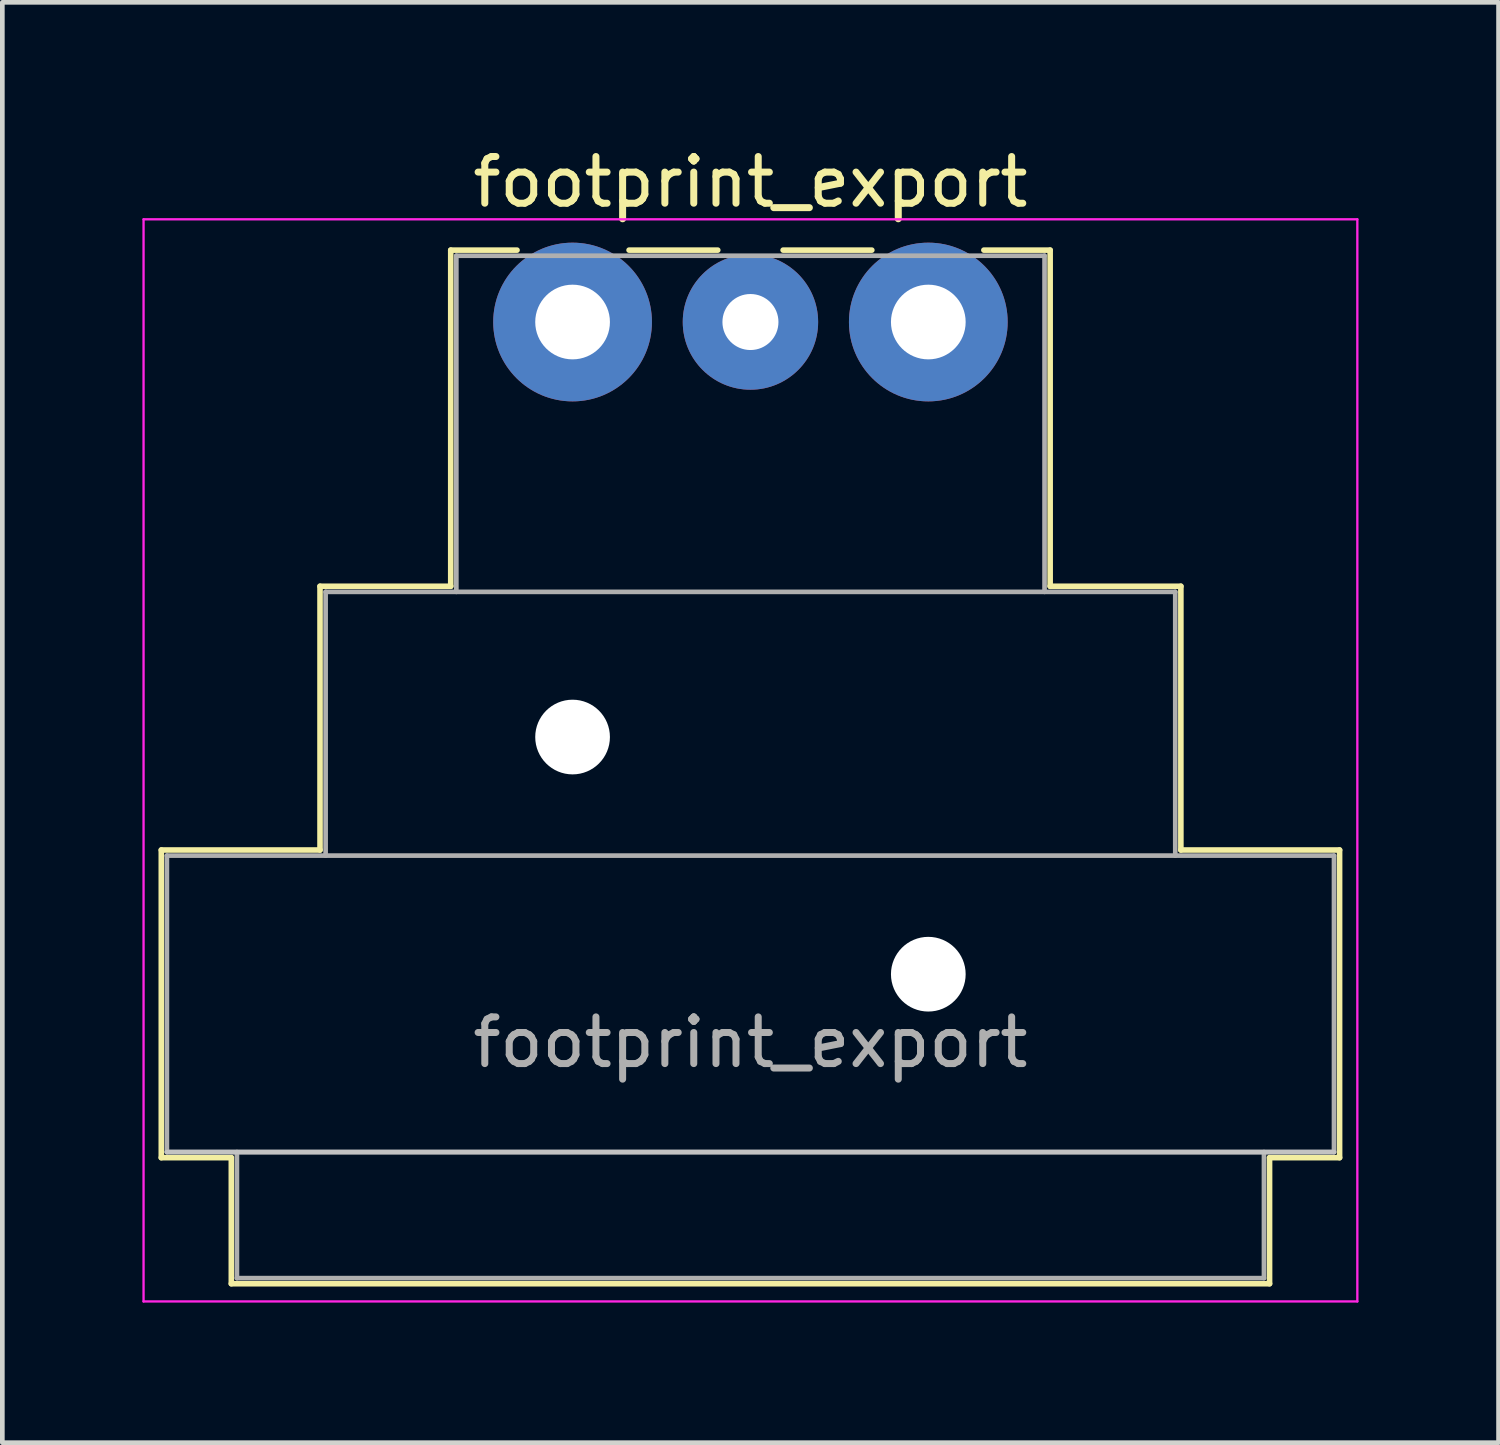
<source format=kicad_pcb>
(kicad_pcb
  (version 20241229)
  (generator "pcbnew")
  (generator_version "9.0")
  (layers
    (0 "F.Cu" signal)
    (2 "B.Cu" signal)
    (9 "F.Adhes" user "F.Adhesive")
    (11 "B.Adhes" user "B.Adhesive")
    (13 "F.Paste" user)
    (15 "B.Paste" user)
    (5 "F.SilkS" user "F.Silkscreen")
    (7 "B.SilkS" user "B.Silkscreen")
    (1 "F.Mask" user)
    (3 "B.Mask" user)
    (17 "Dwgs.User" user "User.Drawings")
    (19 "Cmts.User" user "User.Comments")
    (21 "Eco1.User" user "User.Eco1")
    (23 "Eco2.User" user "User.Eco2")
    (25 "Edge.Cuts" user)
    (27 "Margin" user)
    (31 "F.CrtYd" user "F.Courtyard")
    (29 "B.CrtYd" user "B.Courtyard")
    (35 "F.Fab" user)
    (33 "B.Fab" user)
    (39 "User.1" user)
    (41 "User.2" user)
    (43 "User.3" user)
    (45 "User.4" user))
  (footprint "footprint_export"
    (layer "F.Cu")
    (at 9.215 3.848)
    (property "Reference" "footprint_export" (at 3.81 -3 0) (layer "F.SilkS") (effects (font (size 1 1) (thickness 0.15))))
    (attr through_hole)
    (fp_line (start -8.81 11.31) (end -5.41 11.31) (stroke (width 0.12) (type solid)) (layer "F.SilkS"))
    (fp_line (start -8.81 17.9) (end -8.81 11.31) (stroke (width 0.12) (type solid)) (layer "F.SilkS"))
    (fp_line (start -7.31 17.9) (end -8.81 17.9) (stroke (width 0.12) (type solid)) (layer "F.SilkS"))
    (fp_line (start -7.31 17.9) (end -7.31 20.6) (stroke (width 0.12) (type solid)) (layer "F.SilkS"))
    (fp_line (start -5.41 11.31) (end -5.41 5.66) (stroke (width 0.12) (type solid)) (layer "F.SilkS"))
    (fp_line (start -2.61 5.66) (end -5.41 5.66) (stroke (width 0.12) (type solid)) (layer "F.SilkS"))
    (fp_line (start -2.61 5.66) (end -2.61 -1.54) (stroke (width 0.12) (type solid)) (layer "F.SilkS"))
    (fp_line (start -1.19 -1.54) (end -2.61 -1.54) (stroke (width 0.12) (type solid)) (layer "F.SilkS"))
    (fp_line (start 3.11 -1.54) (end 1.21 -1.54) (stroke (width 0.12) (type solid)) (layer "F.SilkS"))
    (fp_line (start 4.51 -1.54) (end 6.41 -1.54) (stroke (width 0.12) (type solid)) (layer "F.SilkS"))
    (fp_line (start 10.23 -1.54) (end 8.81 -1.54) (stroke (width 0.12) (type solid)) (layer "F.SilkS"))
    (fp_line (start 10.23 5.66) (end 10.23 -1.54) (stroke (width 0.12) (type solid)) (layer "F.SilkS"))
    (fp_line (start 10.23 5.66) (end 13.03 5.66) (stroke (width 0.12) (type solid)) (layer "F.SilkS"))
    (fp_line (start 13.03 11.31) (end 13.03 5.66) (stroke (width 0.12) (type solid)) (layer "F.SilkS"))
    (fp_line (start 13.03 11.31) (end 16.43 11.31) (stroke (width 0.12) (type solid)) (layer "F.SilkS"))
    (fp_line (start 14.93 17.9) (end 14.93 20.6) (stroke (width 0.12) (type solid)) (layer "F.SilkS"))
    (fp_line (start 14.93 20.6) (end -7.31 20.6) (stroke (width 0.12) (type solid)) (layer "F.SilkS"))
    (fp_line (start 16.43 17.9) (end 14.93 17.9) (stroke (width 0.12) (type solid)) (layer "F.SilkS"))
    (fp_line (start 16.43 17.9) (end 16.43 11.31) (stroke (width 0.12) (type solid)) (layer "F.SilkS"))
    (fp_line (start 16.31 17.78) (end -8.69 17.78) (stroke (width 0.1) (type solid)) (layer "Dwgs.User"))
    (fp_line (start -9.19 20.98) (end -9.19 -2.2) (stroke (width 0.05) (type solid)) (layer "F.CrtYd"))
    (fp_line (start 16.81 -2.2) (end -9.19 -2.2) (stroke (width 0.05) (type solid)) (layer "F.CrtYd"))
    (fp_line (start 16.81 20.98) (end -9.19 20.98) (stroke (width 0.05) (type solid)) (layer "F.CrtYd"))
    (fp_line (start 16.81 20.98) (end 16.81 -2.2) (stroke (width 0.05) (type solid)) (layer "F.CrtYd"))
    (fp_line (start -8.69 11.43) (end 16.31 11.43) (stroke (width 0.1) (type solid)) (layer "F.Fab"))
    (fp_line (start -8.69 17.78) (end -8.69 11.43) (stroke (width 0.1) (type solid)) (layer "F.Fab"))
    (fp_line (start -7.19 20.48) (end -7.19 17.78) (stroke (width 0.1) (type solid)) (layer "F.Fab"))
    (fp_line (start -5.29 5.78) (end -5.29 11.43) (stroke (width 0.1) (type solid)) (layer "F.Fab"))
    (fp_line (start -5.29 5.78) (end 12.91 5.78) (stroke (width 0.1) (type solid)) (layer "F.Fab"))
    (fp_line (start -2.49 5.78) (end -2.49 -1.42) (stroke (width 0.1) (type solid)) (layer "F.Fab"))
    (fp_line (start 10.11 -1.42) (end -2.49 -1.42) (stroke (width 0.1) (type solid)) (layer "F.Fab"))
    (fp_line (start 10.11 5.78) (end 10.11 -1.42) (stroke (width 0.1) (type solid)) (layer "F.Fab"))
    (fp_line (start 12.91 11.43) (end 12.91 5.78) (stroke (width 0.1) (type solid)) (layer "F.Fab"))
    (fp_line (start 14.81 17.78) (end 14.81 20.48) (stroke (width 0.1) (type solid)) (layer "F.Fab"))
    (fp_line (start 14.81 20.48) (end -7.19 20.48) (stroke (width 0.1) (type solid)) (layer "F.Fab"))
    (fp_line (start 16.31 11.43) (end 16.31 17.78) (stroke (width 0.1) (type solid)) (layer "F.Fab"))
    (fp_line (start 16.31 17.78) (end -8.69 17.78) (stroke (width 0.1) (type solid)) (layer "F.Fab"))
    (fp_text user "${REFERENCE}" (at 3.81 15.43 0) (layer "F.Fab") (effects (font (size 1 1) (thickness 0.15))))
    (pad "" np_thru_hole circle (at 0 8.89) (size 1.6 1.6) (drill 1.6) (layers "*.Cu" "*.Mask"))
    (pad "" np_thru_hole circle (at 7.62 13.97) (size 1.6 1.6) (drill 1.6) (layers "*.Cu" "*.Mask"))
    (pad "1" thru_hole circle (at 0 0) (size 3.4 3.4) (drill 1.6) (layers "*.Cu" "*.Mask"))
    (pad "2" thru_hole circle (at 7.62 0) (size 3.4 3.4) (drill 1.6) (layers "*.Cu" "*.Mask"))
    (pad "3" thru_hole circle (at 3.81 0) (size 2.9 2.9) (drill 1.2) (layers "*.Cu" "*.Mask")))
  (gr_rect
    (start -3 -3)
    (end 29.05 27.853)
    (stroke (width 0.1) (type default))
    (fill no)
    (layer "Edge.Cuts")))
</source>
